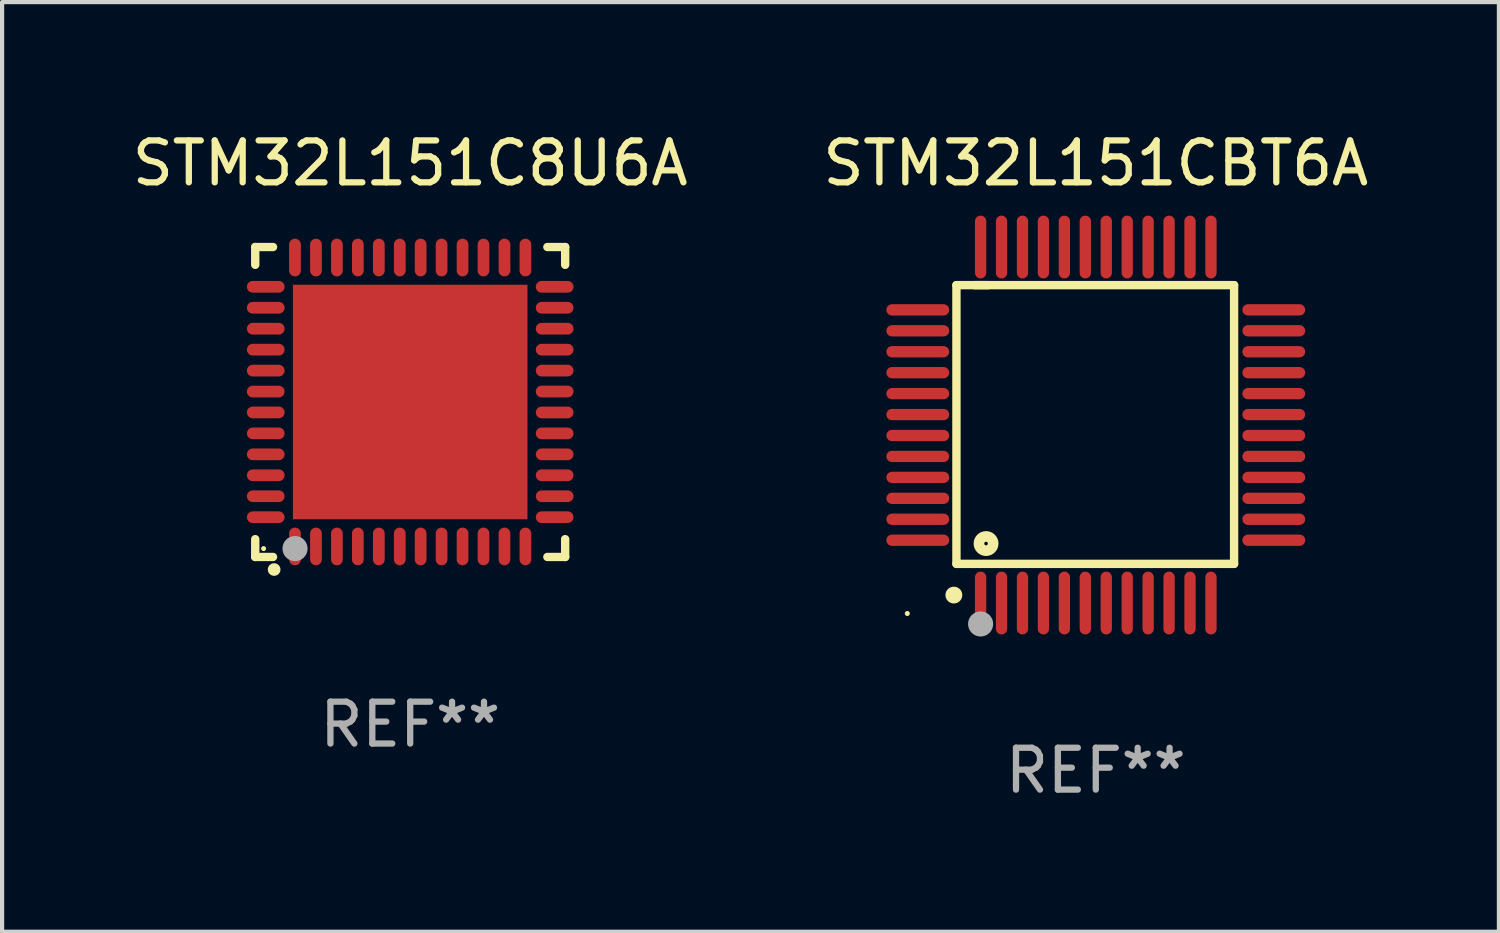
<source format=kicad_pcb>
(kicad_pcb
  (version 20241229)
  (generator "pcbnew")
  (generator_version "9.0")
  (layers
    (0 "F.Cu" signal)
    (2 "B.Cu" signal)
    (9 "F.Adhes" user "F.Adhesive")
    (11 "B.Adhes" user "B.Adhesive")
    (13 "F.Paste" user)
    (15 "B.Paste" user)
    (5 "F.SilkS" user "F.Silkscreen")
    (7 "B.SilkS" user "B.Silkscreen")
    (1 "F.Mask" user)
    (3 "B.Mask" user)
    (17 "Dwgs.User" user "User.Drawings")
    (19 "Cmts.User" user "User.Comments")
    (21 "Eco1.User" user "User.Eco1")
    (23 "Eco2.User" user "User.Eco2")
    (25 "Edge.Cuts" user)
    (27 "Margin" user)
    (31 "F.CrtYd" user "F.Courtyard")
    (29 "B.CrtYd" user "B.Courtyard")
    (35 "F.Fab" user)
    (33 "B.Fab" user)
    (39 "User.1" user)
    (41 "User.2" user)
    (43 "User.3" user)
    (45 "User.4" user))
  (footprint "STM32L151C8U6A"
    (layer "F.Cu")
    (at 6.744 6.548)
    (property "Reference" "STM32L151C8U6A" (at 0 -5.7 0) (layer "F.SilkS") (effects (font (size 1 1) (thickness 0.15))))
    (attr through_hole)
    (fp_line (start -3.7 -3.7) (end -3.275 -3.7) (stroke (width 0.2) (type solid)) (layer "F.SilkS"))
    (fp_line (start -3.7 -3.275) (end -3.7 -3.7) (stroke (width 0.2) (type solid)) (layer "F.SilkS"))
    (fp_line (start -3.7 3.7) (end -3.7 3.275) (stroke (width 0.2) (type solid)) (layer "F.SilkS"))
    (fp_line (start -3.275 3.7) (end -3.7 3.7) (stroke (width 0.2) (type solid)) (layer "F.SilkS"))
    (fp_line (start 3.7 -3.7) (end 3.275 -3.7) (stroke (width 0.2) (type solid)) (layer "F.SilkS"))
    (fp_line (start 3.7 -3.275) (end 3.7 -3.7) (stroke (width 0.2) (type solid)) (layer "F.SilkS"))
    (fp_line (start 3.7 3.275) (end 3.7 3.7) (stroke (width 0.2) (type solid)) (layer "F.SilkS"))
    (fp_line (start 3.7 3.7) (end 3.275 3.7) (stroke (width 0.2) (type solid)) (layer "F.SilkS"))
    (fp_arc (start -3.249936 3.999975) (mid -3.248666 3.99997) (end -3.247396 3.999975) (stroke (width 0.3) (type solid)) (layer "F.SilkS"))
    (fp_circle (center -3.5 3.5) (end -3.47 3.5) (stroke (width 0.06) (type solid)) (fill no) (layer "F.SilkS"))
    (fp_circle (center -2.75 3.5) (end -2.6 3.5) (stroke (width 0.3) (type solid)) (fill no) (layer "F.Fab"))
    (fp_text user "REF**" (at 0 7.7 0) (layer "F.Fab") (effects (font (size 1 1) (thickness 0.15))))
    (pad "1" smd oval (at -2.751 3.449) (size 0.28 0.9) (layers "F.Cu" "F.Mask" "F.Paste"))
    (pad "2" smd oval (at -2.25 3.449) (size 0.28 0.9) (layers "F.Cu" "F.Mask" "F.Paste"))
    (pad "3" smd oval (at -1.75 3.449) (size 0.28 0.9) (layers "F.Cu" "F.Mask" "F.Paste"))
    (pad "4" smd oval (at -1.25 3.449) (size 0.28 0.9) (layers "F.Cu" "F.Mask" "F.Paste"))
    (pad "5" smd oval (at -0.749 3.449) (size 0.28 0.9) (layers "F.Cu" "F.Mask" "F.Paste"))
    (pad "6" smd oval (at -0.249 3.449) (size 0.28 0.9) (layers "F.Cu" "F.Mask" "F.Paste"))
    (pad "7" smd oval (at 0.249 3.449) (size 0.28 0.9) (layers "F.Cu" "F.Mask" "F.Paste"))
    (pad "8" smd oval (at 0.749 3.449) (size 0.28 0.9) (layers "F.Cu" "F.Mask" "F.Paste"))
    (pad "9" smd oval (at 1.25 3.449) (size 0.28 0.9) (layers "F.Cu" "F.Mask" "F.Paste"))
    (pad "10" smd oval (at 1.75 3.449) (size 0.28 0.9) (layers "F.Cu" "F.Mask" "F.Paste"))
    (pad "11" smd oval (at 2.251 3.449) (size 0.28 0.9) (layers "F.Cu" "F.Mask" "F.Paste"))
    (pad "12" smd oval (at 2.751 3.449) (size 0.28 0.9) (layers "F.Cu" "F.Mask" "F.Paste"))
    (pad "13" smd oval (at 3.449 2.75) (size 0.9 0.28) (layers "F.Cu" "F.Mask" "F.Paste"))
    (pad "14" smd oval (at 3.449 2.25) (size 0.9 0.28) (layers "F.Cu" "F.Mask" "F.Paste"))
    (pad "15" smd oval (at 3.449 1.75) (size 0.9 0.28) (layers "F.Cu" "F.Mask" "F.Paste"))
    (pad "16" smd oval (at 3.449 1.25) (size 0.9 0.28) (layers "F.Cu" "F.Mask" "F.Paste"))
    (pad "17" smd oval (at 3.449 0.75) (size 0.9 0.28) (layers "F.Cu" "F.Mask" "F.Paste"))
    (pad "18" smd oval (at 3.449 0.25) (size 0.9 0.28) (layers "F.Cu" "F.Mask" "F.Paste"))
    (pad "19" smd oval (at 3.449 -0.25) (size 0.9 0.28) (layers "F.Cu" "F.Mask" "F.Paste"))
    (pad "20" smd oval (at 3.449 -0.75) (size 0.9 0.28) (layers "F.Cu" "F.Mask" "F.Paste"))
    (pad "21" smd oval (at 3.449 -1.25) (size 0.9 0.28) (layers "F.Cu" "F.Mask" "F.Paste"))
    (pad "22" smd oval (at 3.449 -1.75) (size 0.9 0.28) (layers "F.Cu" "F.Mask" "F.Paste"))
    (pad "23" smd oval (at 3.449 -2.25) (size 0.9 0.28) (layers "F.Cu" "F.Mask" "F.Paste"))
    (pad "24" smd oval (at 3.449 -2.75) (size 0.9 0.28) (layers "F.Cu" "F.Mask" "F.Paste"))
    (pad "25" smd oval (at 2.751 -3.449) (size 0.28 0.9) (layers "F.Cu" "F.Mask" "F.Paste"))
    (pad "26" smd oval (at 2.251 -3.449) (size 0.28 0.9) (layers "F.Cu" "F.Mask" "F.Paste"))
    (pad "27" smd oval (at 1.75 -3.449) (size 0.28 0.9) (layers "F.Cu" "F.Mask" "F.Paste"))
    (pad "28" smd oval (at 1.25 -3.449) (size 0.28 0.9) (layers "F.Cu" "F.Mask" "F.Paste"))
    (pad "29" smd oval (at 0.749 -3.449) (size 0.28 0.9) (layers "F.Cu" "F.Mask" "F.Paste"))
    (pad "30" smd oval (at 0.249 -3.449) (size 0.28 0.9) (layers "F.Cu" "F.Mask" "F.Paste"))
    (pad "31" smd oval (at -0.249 -3.449) (size 0.28 0.9) (layers "F.Cu" "F.Mask" "F.Paste"))
    (pad "32" smd oval (at -0.749 -3.449) (size 0.28 0.9) (layers "F.Cu" "F.Mask" "F.Paste"))
    (pad "33" smd oval (at -1.25 -3.449) (size 0.28 0.9) (layers "F.Cu" "F.Mask" "F.Paste"))
    (pad "34" smd oval (at -1.75 -3.449) (size 0.28 0.9) (layers "F.Cu" "F.Mask" "F.Paste"))
    (pad "35" smd oval (at -2.25 -3.449) (size 0.28 0.9) (layers "F.Cu" "F.Mask" "F.Paste"))
    (pad "36" smd oval (at -2.751 -3.449) (size 0.28 0.9) (layers "F.Cu" "F.Mask" "F.Paste"))
    (pad "37" smd oval (at -3.449 -2.751) (size 0.9 0.28) (layers "F.Cu" "F.Mask" "F.Paste"))
    (pad "38" smd oval (at -3.449 -2.25) (size 0.9 0.28) (layers "F.Cu" "F.Mask" "F.Paste"))
    (pad "39" smd oval (at -3.449 -1.75) (size 0.9 0.28) (layers "F.Cu" "F.Mask" "F.Paste"))
    (pad "40" smd oval (at -3.449 -1.25) (size 0.9 0.28) (layers "F.Cu" "F.Mask" "F.Paste"))
    (pad "41" smd oval (at -3.449 -0.749) (size 0.9 0.28) (layers "F.Cu" "F.Mask" "F.Paste"))
    (pad "42" smd oval (at -3.449 -0.249) (size 0.9 0.28) (layers "F.Cu" "F.Mask" "F.Paste"))
    (pad "43" smd oval (at -3.449 0.249) (size 0.9 0.28) (layers "F.Cu" "F.Mask" "F.Paste"))
    (pad "44" smd oval (at -3.449 0.749) (size 0.9 0.28) (layers "F.Cu" "F.Mask" "F.Paste"))
    (pad "45" smd oval (at -3.449 1.25) (size 0.9 0.28) (layers "F.Cu" "F.Mask" "F.Paste"))
    (pad "46" smd oval (at -3.449 1.75) (size 0.9 0.28) (layers "F.Cu" "F.Mask" "F.Paste"))
    (pad "47" smd oval (at -3.449 2.25) (size 0.9 0.28) (layers "F.Cu" "F.Mask" "F.Paste"))
    (pad "48" smd oval (at -3.449 2.751) (size 0.9 0.28) (layers "F.Cu" "F.Mask" "F.Paste"))
    (pad "49" smd rect (at 0.000076 -0.000025) (size 5.6 5.6) (layers "F.Cu" "F.Mask" "F.Paste")))
  (footprint "STM32L151CBT6A"
    (layer "F.Cu")
    (at 23.113 7.098)
    (property "Reference" "STM32L151CBT6A" (at 0 -6.25 0) (layer "F.SilkS") (effects (font (size 1 1) (thickness 0.15))))
    (attr through_hole)
    (fp_line (start -3.327 -3.34) (end -2.565 -3.34) (stroke (width 0.2) (type solid)) (layer "F.SilkS"))
    (fp_line (start -3.327 3.315) (end -3.327 -3.34) (stroke (width 0.2) (type solid)) (layer "F.SilkS"))
    (fp_line (start -2.896 -3.34) (end 3.302 -3.34) (stroke (width 0.2) (type solid)) (layer "F.SilkS"))
    (fp_line (start 3.302 -3.34) (end 3.302 3.315) (stroke (width 0.2) (type solid)) (layer "F.SilkS"))
    (fp_line (start 3.302 3.315) (end -3.327 3.315) (stroke (width 0.2) (type solid)) (layer "F.SilkS"))
    (fp_arc (start -3.389992 4.059995) (mid -3.388722 4.059991) (end -3.387452 4.059995) (stroke (width 0.4) (type solid)) (layer "F.SilkS"))
    (fp_circle (center -4.5 4.5) (end -4.47 4.5) (stroke (width 0.06) (type solid)) (fill no) (layer "F.SilkS"))
    (fp_circle (center -2.62 2.83) (end -2.45 2.83) (stroke (width 0.254) (type solid)) (fill no) (layer "F.SilkS"))
    (fp_circle (center -2.75 4.75) (end -2.6 4.75) (stroke (width 0.3) (type solid)) (fill no) (layer "F.Fab"))
    (fp_text user "REF**" (at 0 8.25 0) (layer "F.Fab") (effects (font (size 1 1) (thickness 0.15))))
    (pad "1" smd oval (at -2.75 4.25) (size 0.27 1.5) (layers "F.Cu" "F.Mask" "F.Paste"))
    (pad "2" smd oval (at -2.25 4.25) (size 0.27 1.5) (layers "F.Cu" "F.Mask" "F.Paste"))
    (pad "3" smd oval (at -1.75 4.25) (size 0.27 1.5) (layers "F.Cu" "F.Mask" "F.Paste"))
    (pad "4" smd oval (at -1.25 4.25) (size 0.27 1.5) (layers "F.Cu" "F.Mask" "F.Paste"))
    (pad "5" smd oval (at -0.75 4.25) (size 0.27 1.5) (layers "F.Cu" "F.Mask" "F.Paste"))
    (pad "6" smd oval (at -0.25 4.25) (size 0.27 1.5) (layers "F.Cu" "F.Mask" "F.Paste"))
    (pad "7" smd oval (at 0.25 4.25) (size 0.27 1.5) (layers "F.Cu" "F.Mask" "F.Paste"))
    (pad "8" smd oval (at 0.75 4.25) (size 0.27 1.5) (layers "F.Cu" "F.Mask" "F.Paste"))
    (pad "9" smd oval (at 1.25 4.25) (size 0.27 1.5) (layers "F.Cu" "F.Mask" "F.Paste"))
    (pad "10" smd oval (at 1.75 4.25) (size 0.27 1.5) (layers "F.Cu" "F.Mask" "F.Paste"))
    (pad "11" smd oval (at 2.25 4.25) (size 0.27 1.5) (layers "F.Cu" "F.Mask" "F.Paste"))
    (pad "12" smd oval (at 2.75 4.25) (size 0.27 1.5) (layers "F.Cu" "F.Mask" "F.Paste"))
    (pad "13" smd oval (at 4.25 2.75) (size 1.5 0.27) (layers "F.Cu" "F.Mask" "F.Paste"))
    (pad "14" smd oval (at 4.25 2.25) (size 1.5 0.27) (layers "F.Cu" "F.Mask" "F.Paste"))
    (pad "15" smd oval (at 4.25 1.75) (size 1.5 0.27) (layers "F.Cu" "F.Mask" "F.Paste"))
    (pad "16" smd oval (at 4.25 1.25) (size 1.5 0.27) (layers "F.Cu" "F.Mask" "F.Paste"))
    (pad "17" smd oval (at 4.25 0.75) (size 1.5 0.27) (layers "F.Cu" "F.Mask" "F.Paste"))
    (pad "18" smd oval (at 4.25 0.25) (size 1.5 0.27) (layers "F.Cu" "F.Mask" "F.Paste"))
    (pad "19" smd oval (at 4.25 -0.25) (size 1.5 0.27) (layers "F.Cu" "F.Mask" "F.Paste"))
    (pad "20" smd oval (at 4.25 -0.75) (size 1.5 0.27) (layers "F.Cu" "F.Mask" "F.Paste"))
    (pad "21" smd oval (at 4.25 -1.25) (size 1.5 0.27) (layers "F.Cu" "F.Mask" "F.Paste"))
    (pad "22" smd oval (at 4.25 -1.75) (size 1.5 0.27) (layers "F.Cu" "F.Mask" "F.Paste"))
    (pad "23" smd oval (at 4.25 -2.25) (size 1.5 0.27) (layers "F.Cu" "F.Mask" "F.Paste"))
    (pad "24" smd oval (at 4.25 -2.75) (size 1.5 0.27) (layers "F.Cu" "F.Mask" "F.Paste"))
    (pad "25" smd oval (at 2.75 -4.25) (size 0.27 1.5) (layers "F.Cu" "F.Mask" "F.Paste"))
    (pad "26" smd oval (at 2.25 -4.25) (size 0.27 1.5) (layers "F.Cu" "F.Mask" "F.Paste"))
    (pad "27" smd oval (at 1.75 -4.25) (size 0.27 1.5) (layers "F.Cu" "F.Mask" "F.Paste"))
    (pad "28" smd oval (at 1.25 -4.25) (size 0.27 1.5) (layers "F.Cu" "F.Mask" "F.Paste"))
    (pad "29" smd oval (at 0.75 -4.25) (size 0.27 1.5) (layers "F.Cu" "F.Mask" "F.Paste"))
    (pad "30" smd oval (at 0.25 -4.25) (size 0.27 1.5) (layers "F.Cu" "F.Mask" "F.Paste"))
    (pad "31" smd oval (at -0.25 -4.25) (size 0.27 1.5) (layers "F.Cu" "F.Mask" "F.Paste"))
    (pad "32" smd oval (at -0.75 -4.25) (size 0.27 1.5) (layers "F.Cu" "F.Mask" "F.Paste"))
    (pad "33" smd oval (at -1.25 -4.25) (size 0.27 1.5) (layers "F.Cu" "F.Mask" "F.Paste"))
    (pad "34" smd oval (at -1.75 -4.25) (size 0.27 1.5) (layers "F.Cu" "F.Mask" "F.Paste"))
    (pad "35" smd oval (at -2.25 -4.25) (size 0.27 1.5) (layers "F.Cu" "F.Mask" "F.Paste"))
    (pad "36" smd oval (at -2.75 -4.25) (size 0.27 1.5) (layers "F.Cu" "F.Mask" "F.Paste"))
    (pad "37" smd oval (at -4.25 -2.75) (size 1.5 0.27) (layers "F.Cu" "F.Mask" "F.Paste"))
    (pad "38" smd oval (at -4.25 -2.25) (size 1.5 0.27) (layers "F.Cu" "F.Mask" "F.Paste"))
    (pad "39" smd oval (at -4.25 -1.75) (size 1.5 0.27) (layers "F.Cu" "F.Mask" "F.Paste"))
    (pad "40" smd oval (at -4.25 -1.25) (size 1.5 0.27) (layers "F.Cu" "F.Mask" "F.Paste"))
    (pad "41" smd oval (at -4.25 -0.75) (size 1.5 0.27) (layers "F.Cu" "F.Mask" "F.Paste"))
    (pad "42" smd oval (at -4.25 -0.25) (size 1.5 0.27) (layers "F.Cu" "F.Mask" "F.Paste"))
    (pad "43" smd oval (at -4.25 0.25) (size 1.5 0.27) (layers "F.Cu" "F.Mask" "F.Paste"))
    (pad "44" smd oval (at -4.25 0.75) (size 1.5 0.27) (layers "F.Cu" "F.Mask" "F.Paste"))
    (pad "45" smd oval (at -4.25 1.25) (size 1.5 0.27) (layers "F.Cu" "F.Mask" "F.Paste"))
    (pad "46" smd oval (at -4.25 1.75) (size 1.5 0.27) (layers "F.Cu" "F.Mask" "F.Paste"))
    (pad "47" smd oval (at -4.25 2.25) (size 1.5 0.27) (layers "F.Cu" "F.Mask" "F.Paste"))
    (pad "48" smd oval (at -4.25 2.75) (size 1.5 0.27) (layers "F.Cu" "F.Mask" "F.Paste")))
  (gr_rect
    (start -3 -3)
    (end 32.738 19.196)
    (stroke (width 0.1) (type default))
    (fill no)
    (layer "Edge.Cuts")))
</source>
